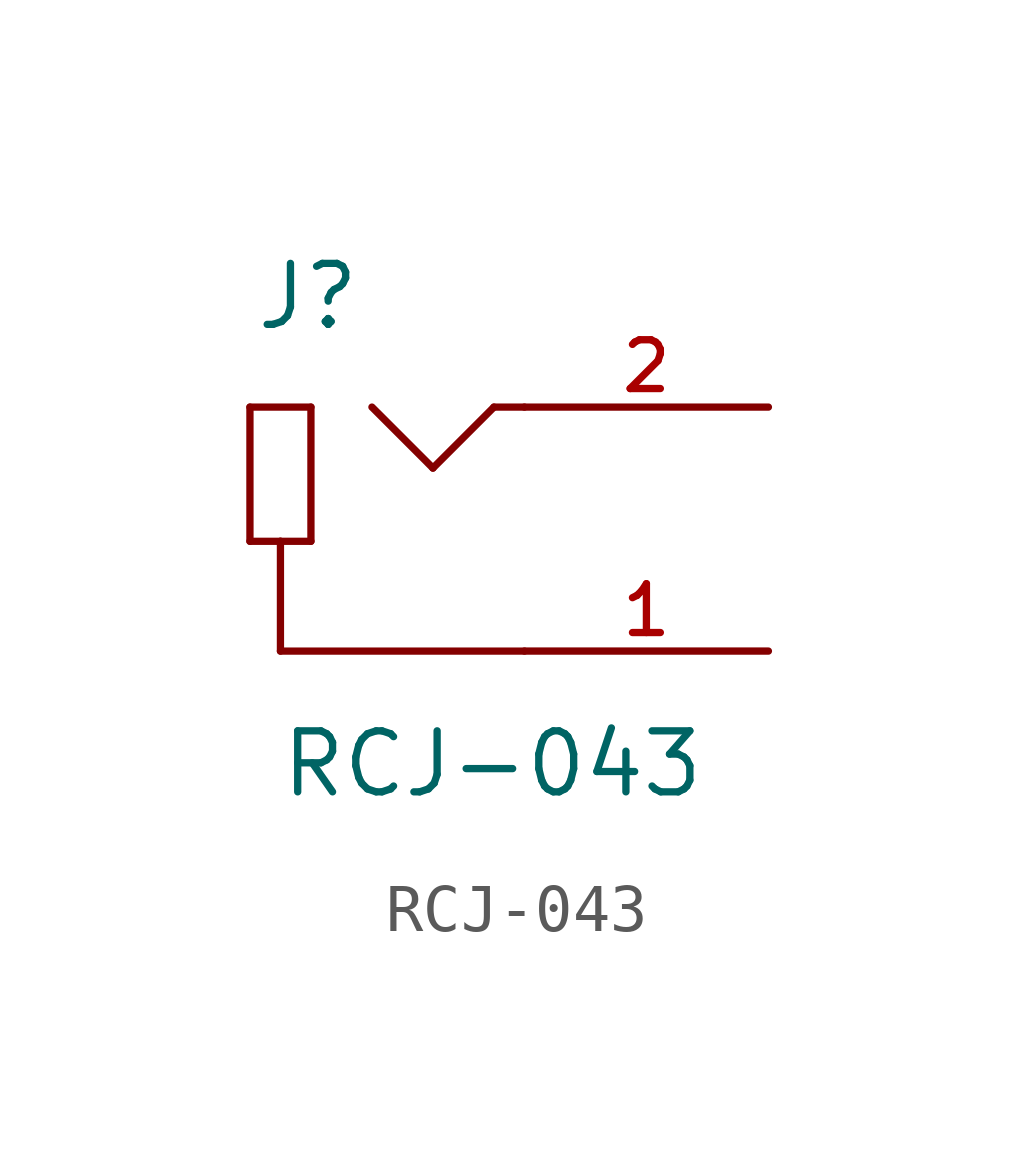
<source format=kicad_sym>
(kicad_symbol_lib
  (version 20211014)
  (generator kicad_symbol_editor)
  (symbol "RCJ-043"
    (pin_names
      (offset 1.016))
    (property "Reference" "J"
      (at -5.637 4.099 0)
      (effects (font (size 1.27 1.27)) (justify bottom left)))
    (property "Value" "RCJ-043"
      (at -5.123 -5.634 0)
      (effects (font (size 1.27 1.27)) (justify bottom left)))
    (symbol "RCJ-043_0_0"
      (polyline (pts (xy 0.0 -2.54) (xy -5.08 -2.54)) (stroke (width 0.152)))
      (polyline (pts (xy -5.08 -2.54) (xy -5.08 -0.254)) (stroke (width 0.152)))
      (polyline (pts (xy -5.08 -0.254) (xy -4.445 -0.254)) (stroke (width 0.152)))
      (polyline (pts (xy -4.445 -0.254) (xy -4.445 2.54)) (stroke (width 0.152)))
      (polyline (pts (xy -4.445 2.54) (xy -5.715 2.54)) (stroke (width 0.152)))
      (polyline (pts (xy -5.715 2.54) (xy -5.715 -0.254)) (stroke (width 0.152)))
      (polyline (pts (xy -5.715 -0.254) (xy -5.08 -0.254)) (stroke (width 0.152)))
      (polyline (pts (xy 0.0 2.54) (xy -0.635 2.54)) (stroke (width 0.152)))
      (polyline (pts (xy -0.635 2.54) (xy -1.905 1.27)) (stroke (width 0.152)))
      (polyline (pts (xy -1.905 1.27) (xy -3.175 2.54)) (stroke (width 0.152)))
      (pin passive line (at 5.08 -2.54 180.0) (length 5.08) (name "~" (effects (font (size 1.016 1.016)))) (number "1" (effects (font (size 1.016 1.016)))))
      (pin passive line (at 5.08 2.54 180.0) (length 5.08) (name "~" (effects (font (size 1.016 1.016)))) (number "2" (effects (font (size 1.016 1.016))))))))
</source>
